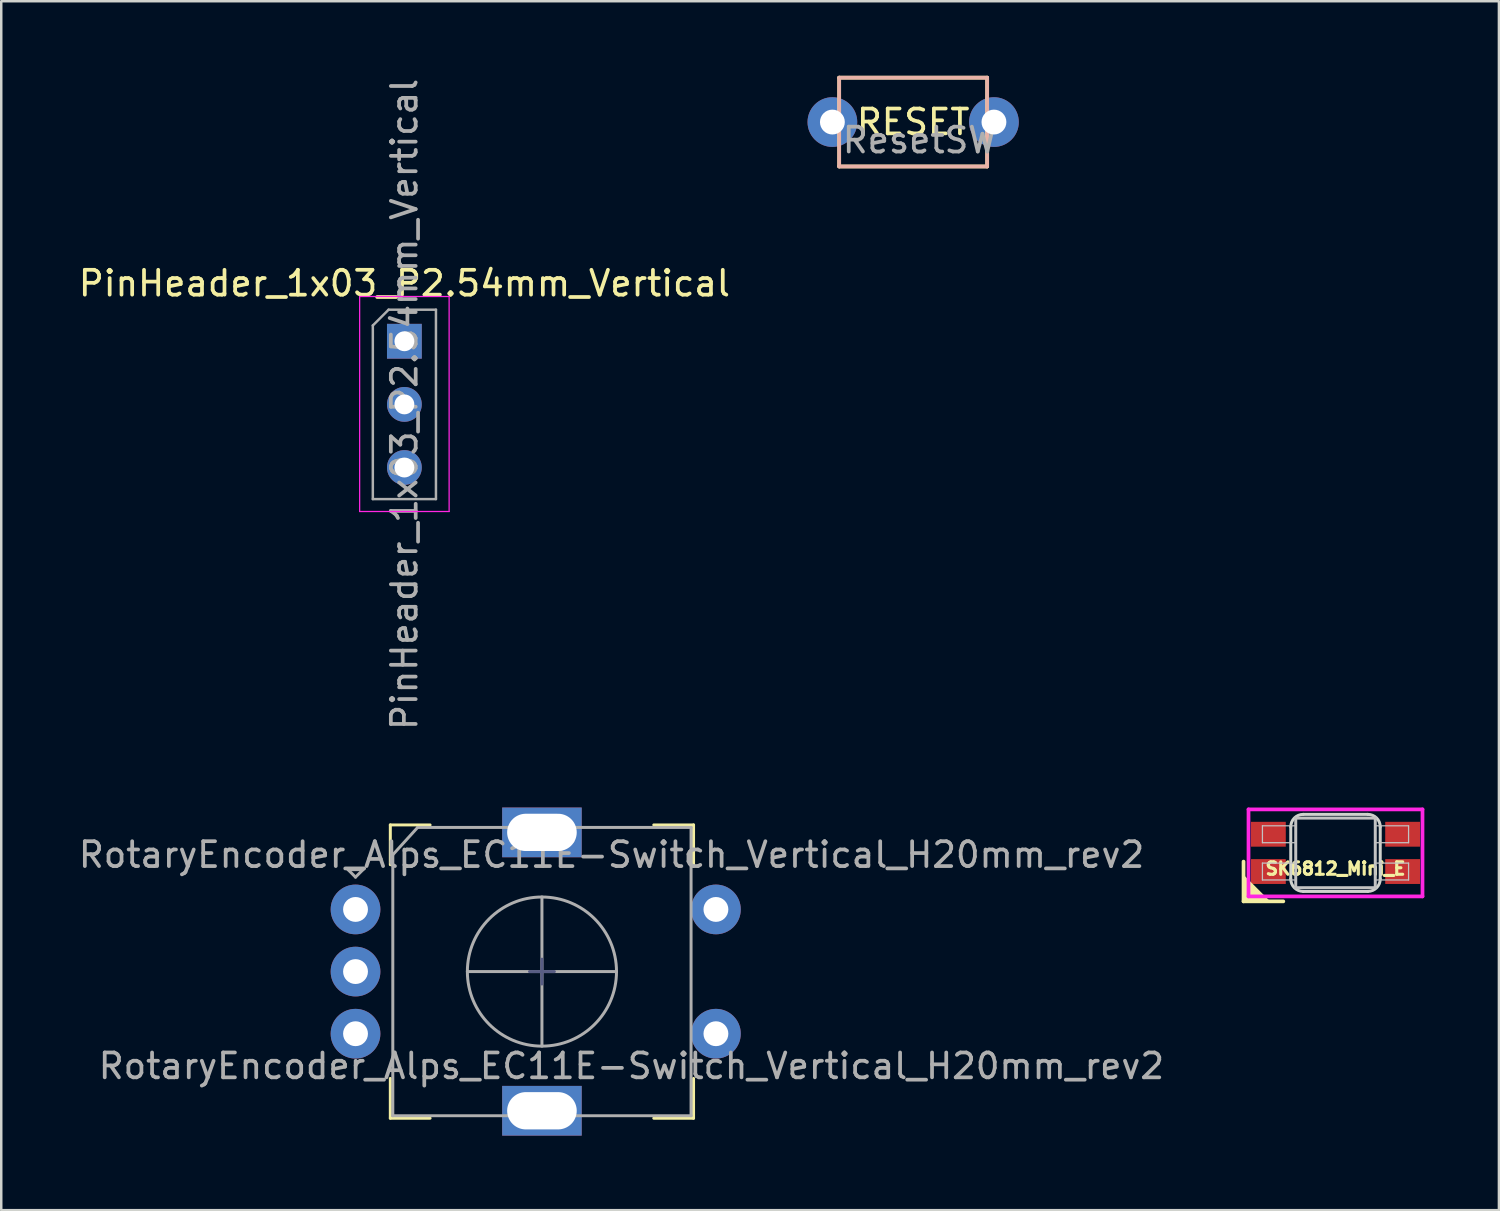
<source format=kicad_pcb>
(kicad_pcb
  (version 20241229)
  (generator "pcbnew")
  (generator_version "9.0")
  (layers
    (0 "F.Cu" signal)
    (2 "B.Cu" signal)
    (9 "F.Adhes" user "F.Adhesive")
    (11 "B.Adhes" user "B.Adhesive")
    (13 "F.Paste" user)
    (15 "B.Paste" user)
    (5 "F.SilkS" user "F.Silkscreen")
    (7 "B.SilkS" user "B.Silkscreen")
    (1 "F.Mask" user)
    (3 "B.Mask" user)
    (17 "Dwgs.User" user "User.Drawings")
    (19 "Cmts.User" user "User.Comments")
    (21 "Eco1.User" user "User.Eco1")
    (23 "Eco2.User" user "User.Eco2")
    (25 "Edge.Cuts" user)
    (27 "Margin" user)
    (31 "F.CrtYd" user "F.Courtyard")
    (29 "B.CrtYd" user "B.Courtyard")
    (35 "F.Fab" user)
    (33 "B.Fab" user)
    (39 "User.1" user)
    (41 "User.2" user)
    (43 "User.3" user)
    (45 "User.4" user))
  (footprint "ResetSW"
    (layer "F.Cu")
    (at 33.69 1.861)
    (property "Reference" "ResetSW" (at 0.265 0.73 0) (layer "F.Fab") (effects (font (size 1 1) (thickness 0.15))))
    (attr through_hole)
    (fp_line (start -2.977 -1.786) (end 2.977 -1.786) (stroke (width 0.15) (type solid)) (layer "F.SilkS"))
    (fp_line (start -2.977 1.786) (end -2.977 -1.786) (stroke (width 0.15) (type solid)) (layer "F.SilkS"))
    (fp_line (start 2.977 -1.786) (end 2.977 1.786) (stroke (width 0.15) (type solid)) (layer "F.SilkS"))
    (fp_line (start 2.977 1.786) (end -2.977 1.786) (stroke (width 0.15) (type solid)) (layer "F.SilkS"))
    (fp_line (start -2.977 -1.786) (end 2.977 -1.786) (stroke (width 0.15) (type solid)) (layer "B.SilkS"))
    (fp_line (start -2.977 1.786) (end -2.977 -1.786) (stroke (width 0.15) (type solid)) (layer "B.SilkS"))
    (fp_line (start 2.977 -1.786) (end 2.977 1.786) (stroke (width 0.15) (type solid)) (layer "B.SilkS"))
    (fp_line (start 2.977 1.786) (end -2.977 1.786) (stroke (width 0.15) (type solid)) (layer "B.SilkS"))
    (fp_text user "RESET" (at 0 0 0) (layer "F.SilkS") (effects (font (size 1 1) (thickness 0.15))))
    (pad "1" thru_hole circle (at 3.25 0) (size 2 2) (drill 1) (layers "*.Cu" "*.Mask"))
    (pad "2" thru_hole circle (at -3.25 0) (size 2 2) (drill 1) (layers "*.Cu" "*.Mask")))
  (footprint "RotaryEncoder_Alps_EC11E-Switch_Vertical_H20mm_rev2"
    (layer "F.Cu")
    (at 18.754 36.04)
    (property "Reference" "RotaryEncoder_Alps_EC11E-Switch_Vertical_H20mm_rev2" (at 2.8 -4.7 0) (layer "F.Fab") (effects (font (size 1 1) (thickness 0.15))))
    (attr through_hole)
    (fp_line (start -6.1 -5.9) (end -6.1 -4.3) (stroke (width 0.12) (type solid)) (layer "F.SilkS"))
    (fp_line (start -6.1 4.3) (end -6.1 5.9) (stroke (width 0.12) (type solid)) (layer "F.SilkS"))
    (fp_line (start -4.5 -5.9) (end -6.1 -5.9) (stroke (width 0.12) (type solid)) (layer "F.SilkS"))
    (fp_line (start -4.5 5.9) (end -6.1 5.9) (stroke (width 0.12) (type solid)) (layer "F.SilkS"))
    (fp_line (start 4.5 -5.9) (end 6.1 -5.9) (stroke (width 0.12) (type solid)) (layer "F.SilkS"))
    (fp_line (start 6.1 -5.9) (end 6.1 -4.3) (stroke (width 0.12) (type solid)) (layer "F.SilkS"))
    (fp_line (start 6.1 4.3) (end 6.1 5.9) (stroke (width 0.12) (type solid)) (layer "F.SilkS"))
    (fp_line (start 6.1 5.9) (end 4.5 5.9) (stroke (width 0.12) (type solid)) (layer "F.SilkS"))
    (fp_line (start -0.5 0) (end 0.5 0) (stroke (width 0.12) (type solid)) (layer "B.Fab"))
    (fp_line (start 0 -0.5) (end 0 0.5) (stroke (width 0.12) (type solid)) (layer "B.Fab"))
    (fp_line (start -7.8 -4.1) (end -7.2 -4.1) (stroke (width 0.12) (type solid)) (layer "F.Fab"))
    (fp_line (start -7.5 -3.8) (end -7.8 -4.1) (stroke (width 0.12) (type solid)) (layer "F.Fab"))
    (fp_line (start -7.2 -4.1) (end -7.5 -3.8) (stroke (width 0.12) (type solid)) (layer "F.Fab"))
    (fp_line (start -6 -4.7) (end -5 -5.8) (stroke (width 0.12) (type solid)) (layer "F.Fab"))
    (fp_line (start -6 5.8) (end -6 -4.7) (stroke (width 0.12) (type solid)) (layer "F.Fab"))
    (fp_line (start -5 -5.8) (end 6 -5.8) (stroke (width 0.12) (type solid)) (layer "F.Fab"))
    (fp_line (start -3 0) (end 3 0) (stroke (width 0.12) (type solid)) (layer "F.Fab"))
    (fp_line (start 0 -3) (end 0 3) (stroke (width 0.12) (type solid)) (layer "F.Fab"))
    (fp_line (start 6 -5.8) (end 6 5.8) (stroke (width 0.12) (type solid)) (layer "F.Fab"))
    (fp_line (start 6 5.8) (end -6 5.8) (stroke (width 0.12) (type solid)) (layer "F.Fab"))
    (fp_circle (center 0 0) (end 3 0) (stroke (width 0.12) (type solid)) (fill no) (layer "F.Fab"))
    (fp_text user "${REFERENCE}" (at 3.6 3.8 0) (layer "F.Fab") (effects (font (size 1 1) (thickness 0.15))))
    (pad "A" thru_hole circle (at -7.5 -2.5) (size 2 2) (drill 1) (layers "*.Cu" "*.Mask"))
    (pad "B" thru_hole circle (at -7.5 2.5) (size 2 2) (drill 1) (layers "*.Cu" "*.Mask"))
    (pad "C" thru_hole circle (at -7.5 0) (size 2 2) (drill 1) (layers "*.Cu" "*.Mask"))
    (pad "MP" thru_hole rect (at 0 -5.6) (size 3.2 2) (drill oval 2.8 1.5) (layers "*.Cu" "*.Mask"))
    (pad "MP" thru_hole rect (at 0 5.6) (size 3.2 2) (drill oval 2.8 1.5) (layers "*.Cu" "*.Mask"))
    (pad "S1" thru_hole circle (at 7 2.5) (size 2 2) (drill 1) (layers "*.Cu" "*.Mask"))
    (pad "S2" thru_hole circle (at 7 -2.5) (size 2 2) (drill 1) (layers "*.Cu" "*.Mask")))
  (footprint "PinHeader_1x03_P2.54mm_Vertical"
    (layer "F.Cu")
    (at 13.22 10.68)
    (property "Reference" "PinHeader_1x03_P2.54mm_Vertical" (at 0 -2.33 0) (layer "F.SilkS") (effects (font (size 1 1) (thickness 0.15))))
    (attr through_hole)
    (fp_line (start -1.8 -1.8) (end -1.8 6.85) (stroke (width 0.05) (type solid)) (layer "F.CrtYd"))
    (fp_line (start -1.8 6.85) (end 1.8 6.85) (stroke (width 0.05) (type solid)) (layer "F.CrtYd"))
    (fp_line (start 1.8 -1.8) (end -1.8 -1.8) (stroke (width 0.05) (type solid)) (layer "F.CrtYd"))
    (fp_line (start 1.8 6.85) (end 1.8 -1.8) (stroke (width 0.05) (type solid)) (layer "F.CrtYd"))
    (fp_line (start -1.27 -0.635) (end -0.635 -1.27) (stroke (width 0.1) (type solid)) (layer "F.Fab"))
    (fp_line (start -1.27 6.35) (end -1.27 -0.635) (stroke (width 0.1) (type solid)) (layer "F.Fab"))
    (fp_line (start -0.635 -1.27) (end 1.27 -1.27) (stroke (width 0.1) (type solid)) (layer "F.Fab"))
    (fp_line (start 1.27 -1.27) (end 1.27 6.35) (stroke (width 0.1) (type solid)) (layer "F.Fab"))
    (fp_line (start 1.27 6.35) (end -1.27 6.35) (stroke (width 0.1) (type solid)) (layer "F.Fab"))
    (fp_text user "${REFERENCE}" (at 0 2.54 90) (layer "F.Fab") (effects (font (size 1 1) (thickness 0.15))))
    (pad "1" thru_hole rect (at 0 0) (size 1.4 1.4) (drill 0.8) (layers "*.Cu" "*.Mask"))
    (pad "2" thru_hole oval (at 0 2.54) (size 1.4 1.4) (drill 0.8) (layers "*.Cu" "*.Mask"))
    (pad "3" thru_hole oval (at 0 5.08) (size 1.4 1.4) (drill 0.8) (layers "*.Cu" "*.Mask")))
  (footprint "SK6812_Mini_E"
    (layer "F.Cu")
    (at 50.682 31.265)
    (property "Reference" "SK6812_Mini_E" (at 0 0.635 0) (layer "F.SilkS") (effects (font (size 0.5 0.5) (thickness 0.125))))
    (attr through_hole)
    (fp_line (start -3.7 1.95) (end -3.7 0.35) (stroke (width 0.15) (type solid)) (layer "F.SilkS"))
    (fp_line (start -3.7 1.95) (end -2.1 1.95) (stroke (width 0.15) (type solid)) (layer "F.SilkS"))
    (fp_poly (pts (xy -2.7 1.949) (xy -3.7 0.95) (xy -3.7 1.95)) (stroke (width 0.1) (type solid)) (fill yes) (layer "F.SilkS"))
    (fp_line (start -2.94 -1.09) (end -1.6 -1.09) (stroke (width 0.05) (type solid)) (layer "Dwgs.User"))
    (fp_line (start -2.94 -0.41) (end -2.94 -1.09) (stroke (width 0.05) (type solid)) (layer "Dwgs.User"))
    (fp_line (start -2.94 0.41) (end -2.94 1.09) (stroke (width 0.05) (type solid)) (layer "Dwgs.User"))
    (fp_line (start -2.94 0.41) (end -1.6 0.41) (stroke (width 0.05) (type solid)) (layer "Dwgs.User"))
    (fp_line (start -1.6 -1.4) (end -1.6 1.4) (stroke (width 0.12) (type solid)) (layer "Dwgs.User"))
    (fp_line (start -1.6 -0.41) (end -2.94 -0.41) (stroke (width 0.05) (type solid)) (layer "Dwgs.User"))
    (fp_line (start -1.6 1.09) (end -2.94 1.09) (stroke (width 0.05) (type solid)) (layer "Dwgs.User"))
    (fp_line (start -1.6 1.4) (end 1.6 1.4) (stroke (width 0.12) (type solid)) (layer "Dwgs.User"))
    (fp_line (start 1.6 -1.4) (end -1.6 -1.4) (stroke (width 0.12) (type solid)) (layer "Dwgs.User"))
    (fp_line (start 1.6 -0.41) (end 2.94 -0.41) (stroke (width 0.05) (type solid)) (layer "Dwgs.User"))
    (fp_line (start 1.6 1.09) (end 2.94 1.09) (stroke (width 0.05) (type solid)) (layer "Dwgs.User"))
    (fp_line (start 1.6 1.4) (end 1.6 -1.4) (stroke (width 0.12) (type solid)) (layer "Dwgs.User"))
    (fp_line (start 2.94 -1.09) (end 1.6 -1.09) (stroke (width 0.05) (type solid)) (layer "Dwgs.User"))
    (fp_line (start 2.94 -0.41) (end 2.94 -1.09) (stroke (width 0.05) (type solid)) (layer "Dwgs.User"))
    (fp_line (start 2.94 0.41) (end 1.6 0.41) (stroke (width 0.05) (type solid)) (layer "Dwgs.User"))
    (fp_line (start 2.94 0.41) (end 2.94 1.09) (stroke (width 0.05) (type solid)) (layer "Dwgs.User"))
    (fp_line (start -1.8 -1.05) (end -1.8 1.05) (stroke (width 0.12) (type solid)) (layer "Edge.Cuts"))
    (fp_line (start -1.3 1.55) (end 1.3 1.55) (stroke (width 0.12) (type solid)) (layer "Edge.Cuts"))
    (fp_line (start 1.3 -1.55) (end -1.3 -1.55) (stroke (width 0.12) (type solid)) (layer "Edge.Cuts"))
    (fp_line (start 1.8 1.05) (end 1.8 -1.05) (stroke (width 0.12) (type solid)) (layer "Edge.Cuts"))
    (fp_arc (start -1.8 -1.05) (mid -1.653553 -1.403553) (end -1.3 -1.55) (stroke (width 0.12) (type solid)) (layer "Edge.Cuts"))
    (fp_arc (start -1.3 1.55) (mid -1.653553 1.403553) (end -1.8 1.05) (stroke (width 0.12) (type solid)) (layer "Edge.Cuts"))
    (fp_arc (start 1.3 -1.55) (mid 1.653553 -1.403553) (end 1.8 -1.05) (stroke (width 0.12) (type solid)) (layer "Edge.Cuts"))
    (fp_arc (start 1.8 1.05) (mid 1.653553 1.403553) (end 1.3 1.55) (stroke (width 0.12) (type solid)) (layer "Edge.Cuts"))
    (fp_line (start -3.5 -1.75) (end -3.5 1.75) (stroke (width 0.15) (type solid)) (layer "F.CrtYd"))
    (fp_line (start -3.5 1.75) (end 3.5 1.75) (stroke (width 0.15) (type solid)) (layer "F.CrtYd"))
    (fp_line (start 3.5 -1.75) (end -3.5 -1.75) (stroke (width 0.15) (type solid)) (layer "F.CrtYd"))
    (fp_line (start 3.5 1.75) (end 3.5 -1.75) (stroke (width 0.15) (type solid)) (layer "F.CrtYd"))
    (pad "1" smd rect (at 2.7 -0.75 180) (size 1.4 1) (layers "F.Cu" "F.Mask" "F.Paste"))
    (pad "2" smd rect (at 2.7 0.75 180) (size 1.4 1) (layers "F.Cu" "F.Mask" "F.Paste"))
    (pad "3" smd rect (at -2.7 0.75 180) (size 1.4 1) (layers "F.Cu" "F.Mask" "F.Paste"))
    (pad "4" smd rect (at -2.7 -0.75 180) (size 1.4 1) (layers "F.Cu" "F.Mask" "F.Paste")))
  (gr_rect
    (start -3 -3)
    (end 57.257 45.64)
    (stroke (width 0.1) (type default))
    (fill no)
    (layer "Edge.Cuts")))
</source>
